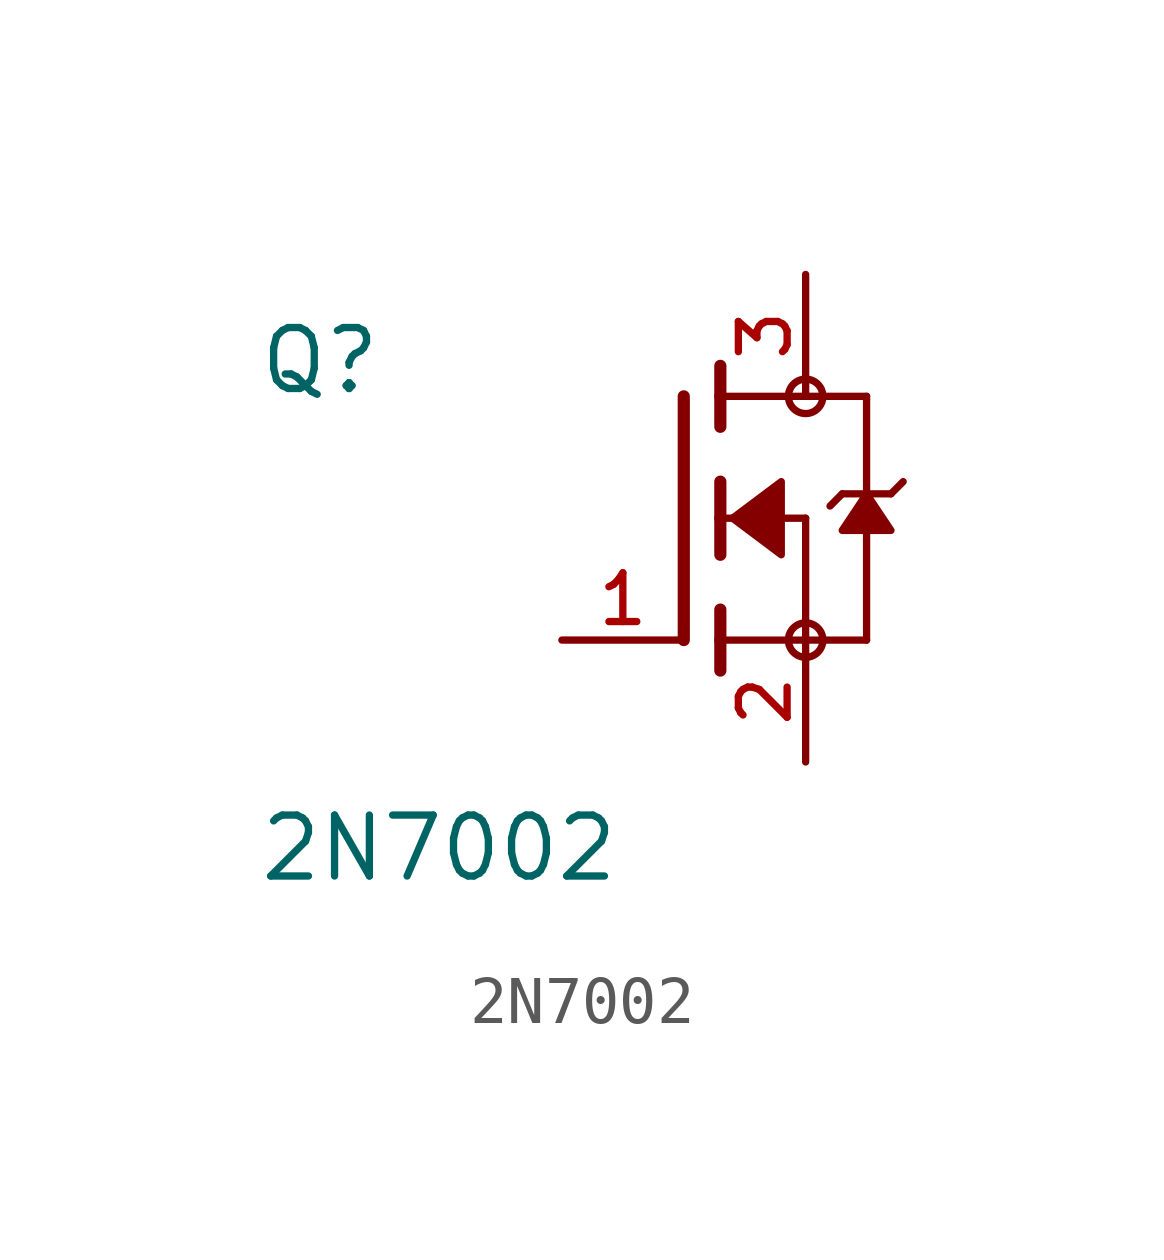
<source format=kicad_sym>
(kicad_symbol_lib
  (version 20211014)
  (generator kicad_symbol_editor)
  (symbol "2N7002"
    (pin_names
      (offset 1.016))
    (property "Reference" "Q"
      (at -8.89 2.54 0)
      (effects (font (size 1.27 1.27)) (justify bottom left)))
    (property "Value" "2N7002"
      (at -8.89 -7.62 0)
      (effects (font (size 1.27 1.27)) (justify bottom left)))
    (symbol "2N7002_0_0"
      (polyline (pts (xy 0.762 0.762) (xy 0.762 0.0)) (stroke (width 0.254)))
      (polyline (pts (xy 0.762 0.0) (xy 0.762 -0.762)) (stroke (width 0.254)))
      (polyline (pts (xy 0.762 3.175) (xy 0.762 2.54)) (stroke (width 0.254)))
      (polyline (pts (xy 0.762 2.54) (xy 0.762 1.905)) (stroke (width 0.254)))
      (polyline (pts (xy 0.762 0.0) (xy 2.54 0.0)) (stroke (width 0.152)))
      (polyline (pts (xy 2.54 0.0) (xy 2.54 -2.54)) (stroke (width 0.152)))
      (polyline (pts (xy 0.762 -1.905) (xy 0.762 -2.54)) (stroke (width 0.254)))
      (polyline (pts (xy 0.762 -2.54) (xy 0.762 -3.175)) (stroke (width 0.254)))
      (polyline (pts (xy 0.0 2.54) (xy 0.0 -2.54)) (stroke (width 0.254)))
      (polyline (pts (xy 2.54 -2.54) (xy 0.762 -2.54)) (stroke (width 0.152)))
      (polyline (pts (xy 3.81 2.54) (xy 3.81 0.508)) (stroke (width 0.152)))
      (polyline (pts (xy 3.81 0.508) (xy 3.81 -2.54)) (stroke (width 0.152)))
      (polyline (pts (xy 2.54 -2.54) (xy 3.81 -2.54)) (stroke (width 0.152)))
      (polyline (pts (xy 0.762 2.54) (xy 3.81 2.54)) (stroke (width 0.152)))
      (polyline (pts (xy 4.572 0.762) (xy 4.318 0.508)) (stroke (width 0.152)))
      (polyline (pts (xy 4.318 0.508) (xy 3.81 0.508)) (stroke (width 0.152)))
      (polyline (pts (xy 3.81 0.508) (xy 3.302 0.508)) (stroke (width 0.152)))
      (polyline (pts (xy 3.302 0.508) (xy 3.048 0.254)) (stroke (width 0.152)))
      (circle (center 2.54 -2.54) (radius 0.359) (stroke (width 0.0)) (fill (type none)))
      (circle (center 2.54 2.54) (radius 0.359) (stroke (width 0.0)) (fill (type none)))
      (polyline (pts (xy 3.81 0.508) (xy 3.302 -0.254) (xy 4.318 -0.254) (xy 3.81 0.508)) (stroke (width 0.152)) (fill (type outline)))
      (polyline (pts (xy 1.016 0.0) (xy 2.032 0.762) (xy 2.032 -0.762) (xy 1.016 0.0)) (stroke (width 0.152)) (fill (type outline)))
      (pin passive line (at 2.54 -5.08 90.0) (length 2.54) (name "~" (effects (font (size 1.016 1.016)))) (number "2" (effects (font (size 1.016 1.016)))))
      (pin passive line (at -2.54 -2.54 0) (length 2.54) (name "~" (effects (font (size 1.016 1.016)))) (number "1" (effects (font (size 1.016 1.016)))))
      (pin passive line (at 2.54 5.08 270.0) (length 2.54) (name "~" (effects (font (size 1.016 1.016)))) (number "3" (effects (font (size 1.016 1.016))))))))
</source>
